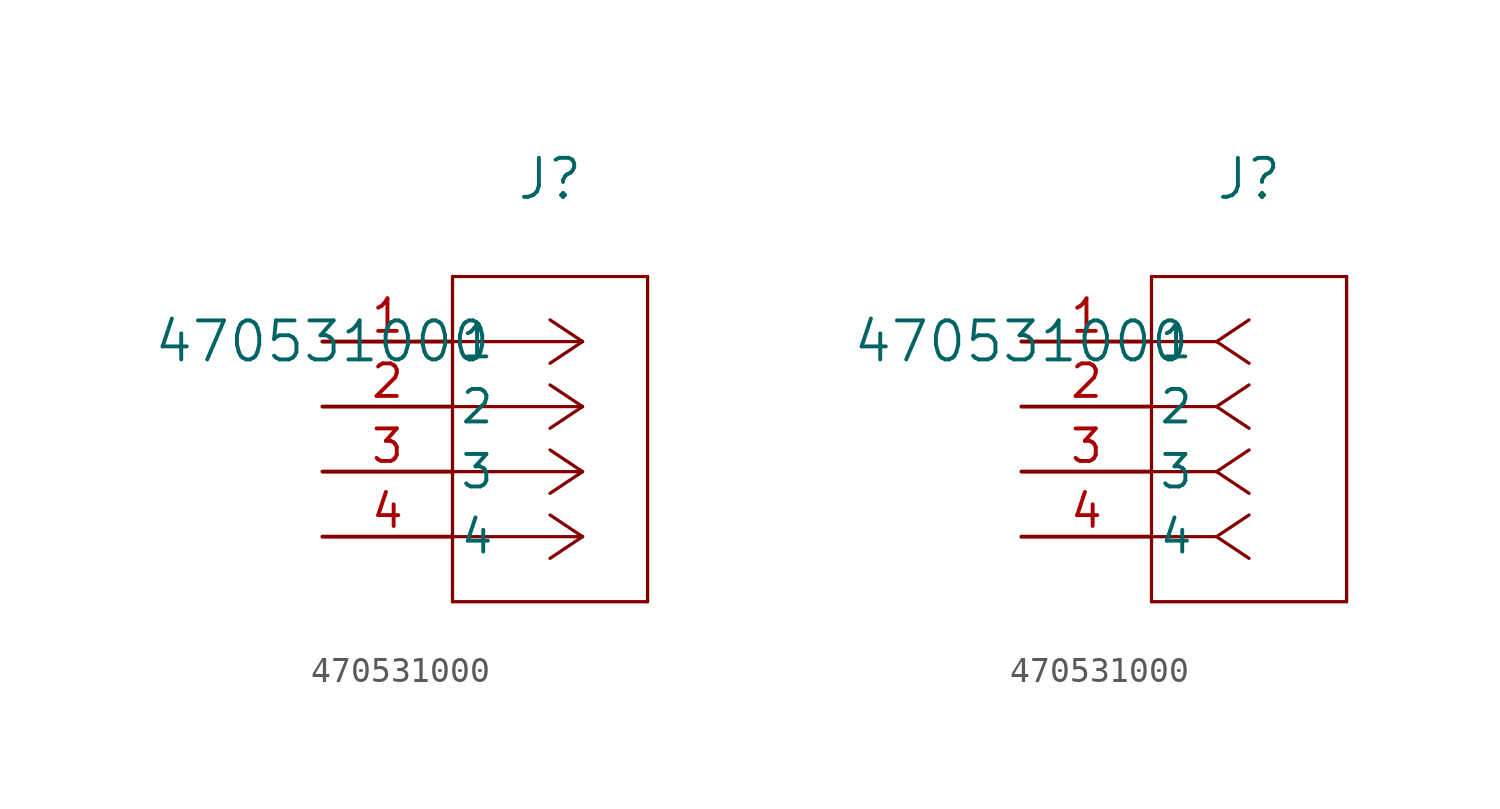
<source format=kicad_sym>
(kicad_symbol_lib
  (version 20211014)
  (generator kicad_symbol_editor)
  (symbol "470531000"
    (pin_names
      (offset 0.254))
    (property "Reference" "J"
      (at 8.89 6.35 0)
      (effects (font (size 1.524 1.524))))
    (property "Value" "470531000"
      (at 0 0 0)
      (effects (font (size 1.524 1.524))))
    (symbol "470531000_1_1"
      (polyline (pts (xy 10.16 0) (xy 5.08 0)) (stroke (width 0.127) (type default) (color 0 0 0 0)) (fill (type none)))
      (polyline (pts (xy 10.16 -2.54) (xy 5.08 -2.54)) (stroke (width 0.127) (type default) (color 0 0 0 0)) (fill (type none)))
      (polyline (pts (xy 10.16 -5.08) (xy 5.08 -5.08)) (stroke (width 0.127) (type default) (color 0 0 0 0)) (fill (type none)))
      (polyline (pts (xy 10.16 -7.62) (xy 5.08 -7.62)) (stroke (width 0.127) (type default) (color 0 0 0 0)) (fill (type none)))
      (polyline (pts (xy 10.16 0) (xy 8.89 0.847)) (stroke (width 0.127) (type default) (color 0 0 0 0)) (fill (type none)))
      (polyline (pts (xy 10.16 -2.54) (xy 8.89 -1.693)) (stroke (width 0.127) (type default) (color 0 0 0 0)) (fill (type none)))
      (polyline (pts (xy 10.16 -5.08) (xy 8.89 -4.233)) (stroke (width 0.127) (type default) (color 0 0 0 0)) (fill (type none)))
      (polyline (pts (xy 10.16 -7.62) (xy 8.89 -6.773)) (stroke (width 0.127) (type default) (color 0 0 0 0)) (fill (type none)))
      (polyline (pts (xy 10.16 0) (xy 8.89 -0.847)) (stroke (width 0.127) (type default) (color 0 0 0 0)) (fill (type none)))
      (polyline (pts (xy 10.16 -2.54) (xy 8.89 -3.387)) (stroke (width 0.127) (type default) (color 0 0 0 0)) (fill (type none)))
      (polyline (pts (xy 10.16 -5.08) (xy 8.89 -5.927)) (stroke (width 0.127) (type default) (color 0 0 0 0)) (fill (type none)))
      (polyline (pts (xy 10.16 -7.62) (xy 8.89 -8.467)) (stroke (width 0.127) (type default) (color 0 0 0 0)) (fill (type none)))
      (polyline (pts (xy 5.08 2.54) (xy 5.08 -10.16)) (stroke (width 0.127) (type default) (color 0 0 0 0)) (fill (type none)))
      (polyline (pts (xy 5.08 -10.16) (xy 12.7 -10.16)) (stroke (width 0.127) (type default) (color 0 0 0 0)) (fill (type none)))
      (polyline (pts (xy 12.7 -10.16) (xy 12.7 2.54)) (stroke (width 0.127) (type default) (color 0 0 0 0)) (fill (type none)))
      (polyline (pts (xy 12.7 2.54) (xy 5.08 2.54)) (stroke (width 0.127) (type default) (color 0 0 0 0)) (fill (type none)))
      (pin unspecified line (at 0 0 0) (length 5.08) (name "1" (effects (font (size 1.27 1.27)))) (number "1" (effects (font (size 1.27 1.27)))))
      (pin unspecified line (at 0 -2.54 0) (length 5.08) (name "2" (effects (font (size 1.27 1.27)))) (number "2" (effects (font (size 1.27 1.27)))))
      (pin unspecified line (at 0 -5.08 0) (length 5.08) (name "3" (effects (font (size 1.27 1.27)))) (number "3" (effects (font (size 1.27 1.27)))))
      (pin unspecified line (at 0 -7.62 0) (length 5.08) (name "4" (effects (font (size 1.27 1.27)))) (number "4" (effects (font (size 1.27 1.27))))))
    (symbol "470531000_1_2"
      (polyline (pts (xy 7.62 0) (xy 5.08 0)) (stroke (width 0.127) (type default) (color 0 0 0 0)) (fill (type none)))
      (polyline (pts (xy 7.62 -2.54) (xy 5.08 -2.54)) (stroke (width 0.127) (type default) (color 0 0 0 0)) (fill (type none)))
      (polyline (pts (xy 7.62 -5.08) (xy 5.08 -5.08)) (stroke (width 0.127) (type default) (color 0 0 0 0)) (fill (type none)))
      (polyline (pts (xy 7.62 -7.62) (xy 5.08 -7.62)) (stroke (width 0.127) (type default) (color 0 0 0 0)) (fill (type none)))
      (polyline (pts (xy 7.62 0) (xy 8.89 0.847)) (stroke (width 0.127) (type default) (color 0 0 0 0)) (fill (type none)))
      (polyline (pts (xy 7.62 -2.54) (xy 8.89 -1.693)) (stroke (width 0.127) (type default) (color 0 0 0 0)) (fill (type none)))
      (polyline (pts (xy 7.62 -5.08) (xy 8.89 -4.233)) (stroke (width 0.127) (type default) (color 0 0 0 0)) (fill (type none)))
      (polyline (pts (xy 7.62 -7.62) (xy 8.89 -6.773)) (stroke (width 0.127) (type default) (color 0 0 0 0)) (fill (type none)))
      (polyline (pts (xy 7.62 0) (xy 8.89 -0.847)) (stroke (width 0.127) (type default) (color 0 0 0 0)) (fill (type none)))
      (polyline (pts (xy 7.62 -2.54) (xy 8.89 -3.387)) (stroke (width 0.127) (type default) (color 0 0 0 0)) (fill (type none)))
      (polyline (pts (xy 7.62 -5.08) (xy 8.89 -5.927)) (stroke (width 0.127) (type default) (color 0 0 0 0)) (fill (type none)))
      (polyline (pts (xy 7.62 -7.62) (xy 8.89 -8.467)) (stroke (width 0.127) (type default) (color 0 0 0 0)) (fill (type none)))
      (polyline (pts (xy 5.08 2.54) (xy 5.08 -10.16)) (stroke (width 0.127) (type default) (color 0 0 0 0)) (fill (type none)))
      (polyline (pts (xy 5.08 -10.16) (xy 12.7 -10.16)) (stroke (width 0.127) (type default) (color 0 0 0 0)) (fill (type none)))
      (polyline (pts (xy 12.7 -10.16) (xy 12.7 2.54)) (stroke (width 0.127) (type default) (color 0 0 0 0)) (fill (type none)))
      (polyline (pts (xy 12.7 2.54) (xy 5.08 2.54)) (stroke (width 0.127) (type default) (color 0 0 0 0)) (fill (type none)))
      (pin unspecified line (at 0 0 0) (length 5.08) (name "1" (effects (font (size 1.27 1.27)))) (number "1" (effects (font (size 1.27 1.27)))))
      (pin unspecified line (at 0 -2.54 0) (length 5.08) (name "2" (effects (font (size 1.27 1.27)))) (number "2" (effects (font (size 1.27 1.27)))))
      (pin unspecified line (at 0 -5.08 0) (length 5.08) (name "3" (effects (font (size 1.27 1.27)))) (number "3" (effects (font (size 1.27 1.27)))))
      (pin unspecified line (at 0 -7.62 0) (length 5.08) (name "4" (effects (font (size 1.27 1.27)))) (number "4" (effects (font (size 1.27 1.27))))))))
</source>
